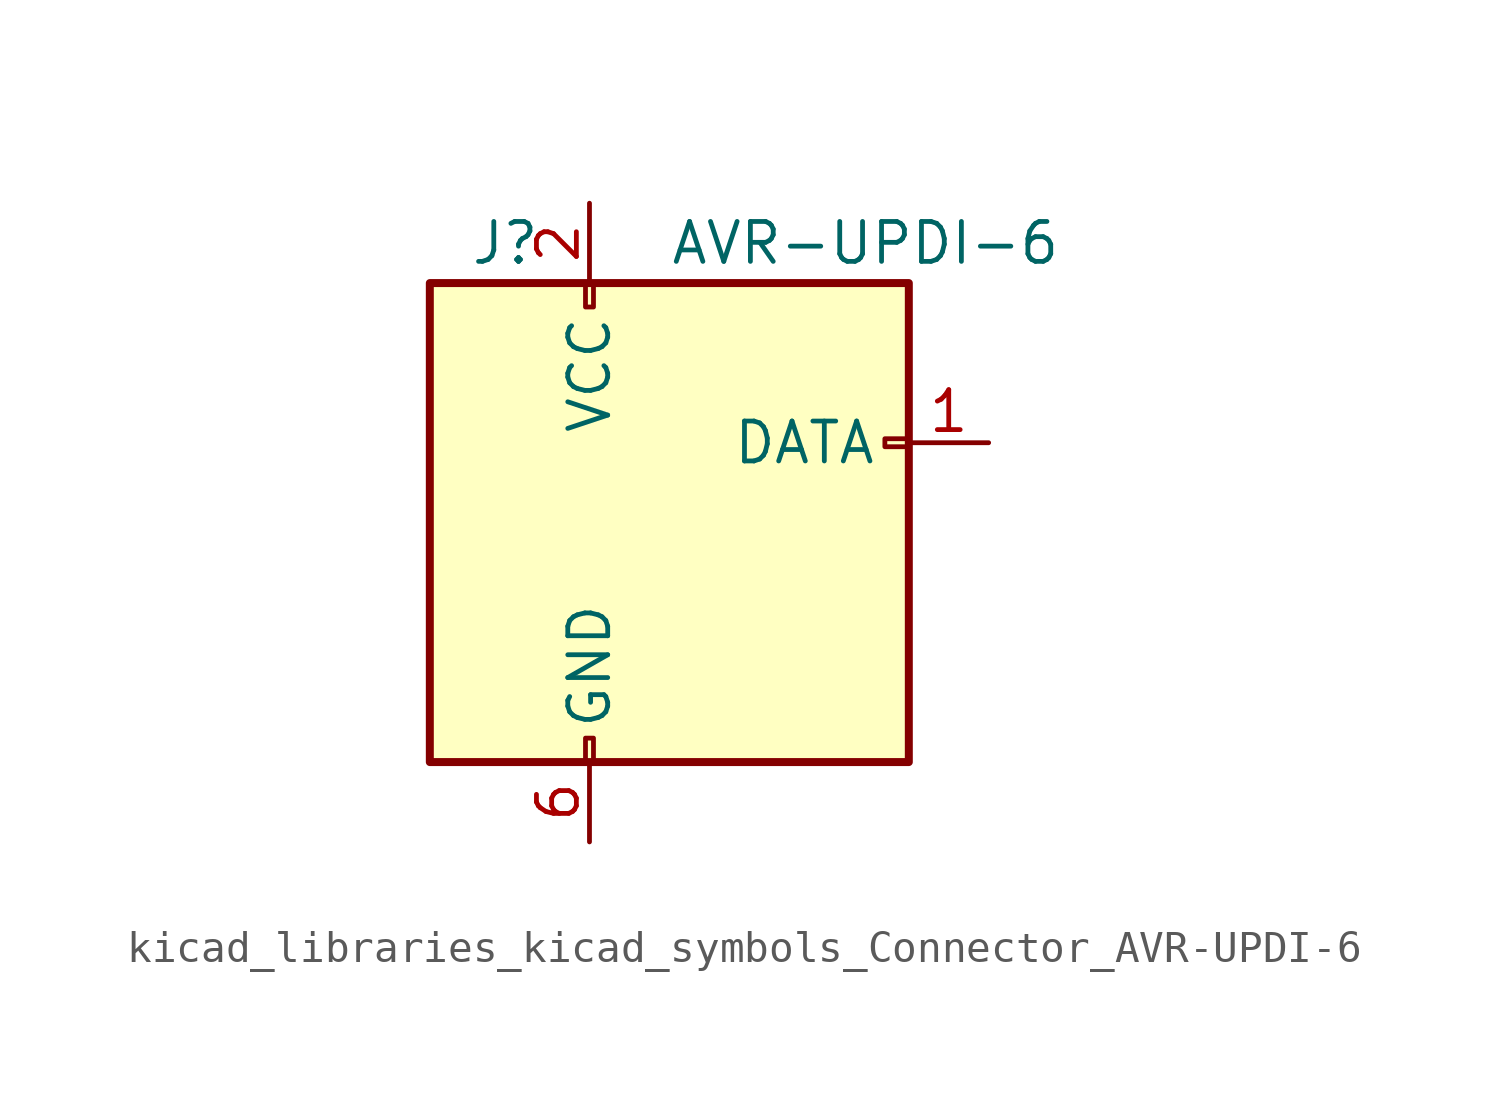
<source format=kicad_sym>
(kicad_symbol_lib
  (version 20220914)
  (generator kicad_symbol_editor)
  (symbol "kicad_libraries_kicad_symbols_Connector_AVR-UPDI-6"
    (pin_names
      (offset 1.016))
    (property "Reference" "J"
      (at -6.35 8.89 0)
      (effects (font (size 1.27 1.27)) (justify left)))
    (property "Value" "AVR-UPDI-6"
      (at 0 8.89 0)
      (effects (font (size 1.27 1.27)) (justify left)))
    (symbol "kicad_libraries_kicad_symbols_Connector_AVR-UPDI-6_0_1"
      (rectangle (start -2.667 -6.858) (end -2.413 -7.62) (stroke (width 0) (type default)) (fill (type none)))
      (rectangle (start -2.667 7.62) (end -2.413 6.858) (stroke (width 0) (type default)) (fill (type none)))
      (rectangle (start 7.62 2.667) (end 6.858 2.413) (stroke (width 0) (type default)) (fill (type none)))
      (rectangle (start 7.62 7.62) (end -7.62 -7.62) (stroke (width 0.254) (type default)) (fill (type background))))
    (symbol "kicad_libraries_kicad_symbols_Connector_AVR-UPDI-6_1_1"
      (pin passive line (at 10.16 2.54 180) (length 2.54) (name "DATA" (effects (font (size 1.27 1.27)))) (number "1" (effects (font (size 1.27 1.27)))))
      (pin passive line (at -2.54 10.16 270) (length 2.54) (name "VCC" (effects (font (size 1.27 1.27)))) (number "2" (effects (font (size 1.27 1.27)))))
      (pin no_connect line (at 7.62 0 180) (length 2.54) hide (name "NC" (effects (font (size 1.27 1.27)))) (number "3" (effects (font (size 1.27 1.27)))))
      (pin no_connect line (at 7.62 -2.54 180) (length 2.54) hide (name "NC" (effects (font (size 1.27 1.27)))) (number "4" (effects (font (size 1.27 1.27)))))
      (pin no_connect line (at 7.62 -5.08 180) (length 2.54) hide (name "NC" (effects (font (size 1.27 1.27)))) (number "5" (effects (font (size 1.27 1.27)))))
      (pin passive line (at -2.54 -10.16 90) (length 2.54) (name "GND" (effects (font (size 1.27 1.27)))) (number "6" (effects (font (size 1.27 1.27))))))))
</source>
